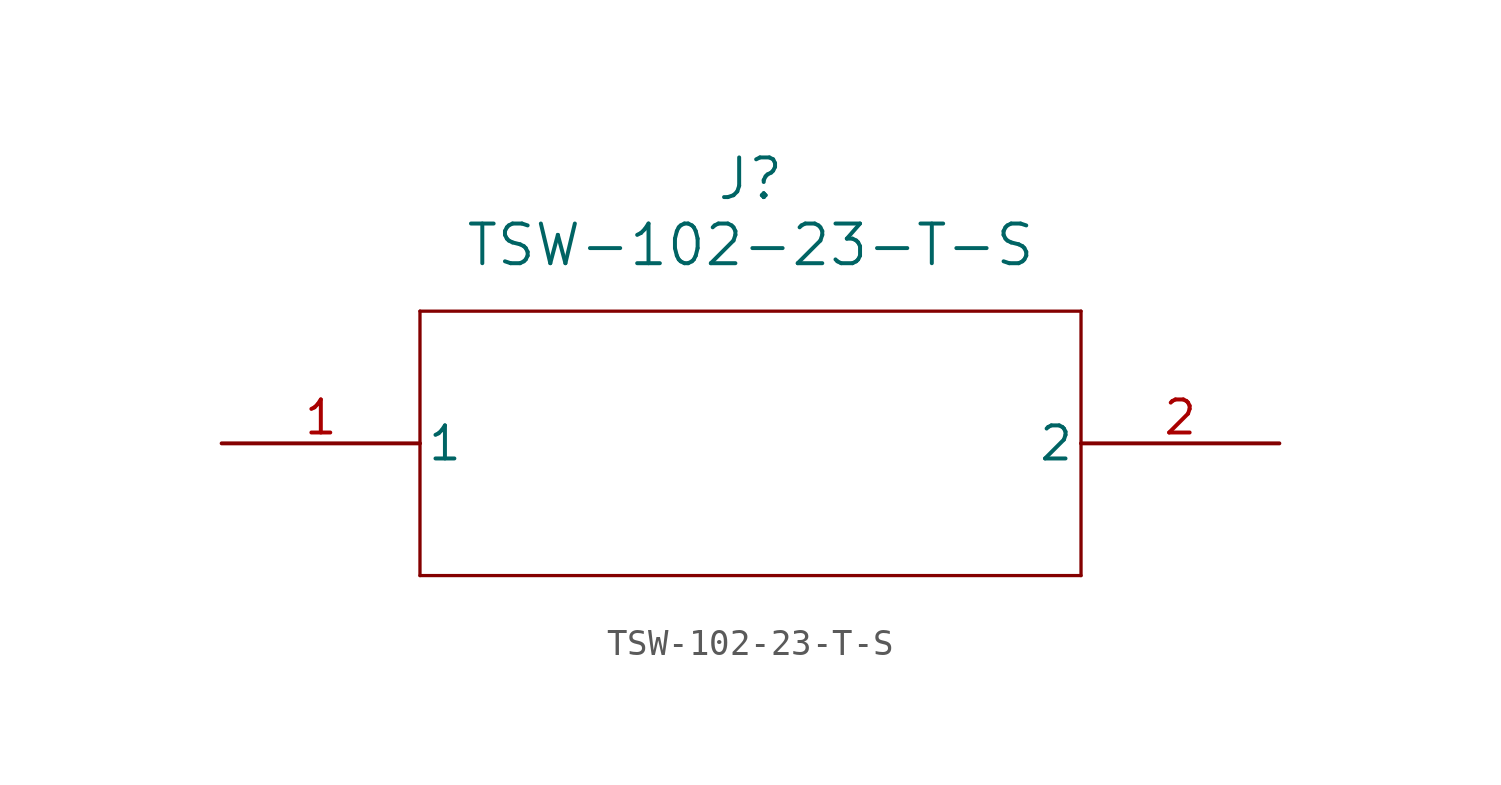
<source format=kicad_sym>
(kicad_symbol_lib
  (version 20211014)
  (generator kicad_symbol_editor)
  (symbol "TSW-102-23-T-S"
    (pin_names
      (offset 0.254))
    (property "Reference" "J"
      (at 20.32 10.16 0)
      (effects (font (size 1.524 1.524))))
    (property "Value" "TSW-102-23-T-S"
      (at 20.32 7.62 0)
      (effects (font (size 1.524 1.524))))
    (symbol "TSW-102-23-T-S_0_1"
      (polyline (pts (xy 7.62 5.08) (xy 7.62 -5.08)) (stroke (width 0.127) (type default) (color 0 0 0 0)) (fill (type none)))
      (polyline (pts (xy 7.62 -5.08) (xy 33.02 -5.08)) (stroke (width 0.127) (type default) (color 0 0 0 0)) (fill (type none)))
      (polyline (pts (xy 33.02 -5.08) (xy 33.02 5.08)) (stroke (width 0.127) (type default) (color 0 0 0 0)) (fill (type none)))
      (polyline (pts (xy 33.02 5.08) (xy 7.62 5.08)) (stroke (width 0.127) (type default) (color 0 0 0 0)) (fill (type none)))
      (pin unspecified line (at 0 0 0) (length 7.62) (name "1" (effects (font (size 1.27 1.27)))) (number "1" (effects (font (size 1.27 1.27)))))
      (pin unspecified line (at 40.64 0 180) (length 7.62) (name "2" (effects (font (size 1.27 1.27)))) (number "2" (effects (font (size 1.27 1.27))))))))
</source>
